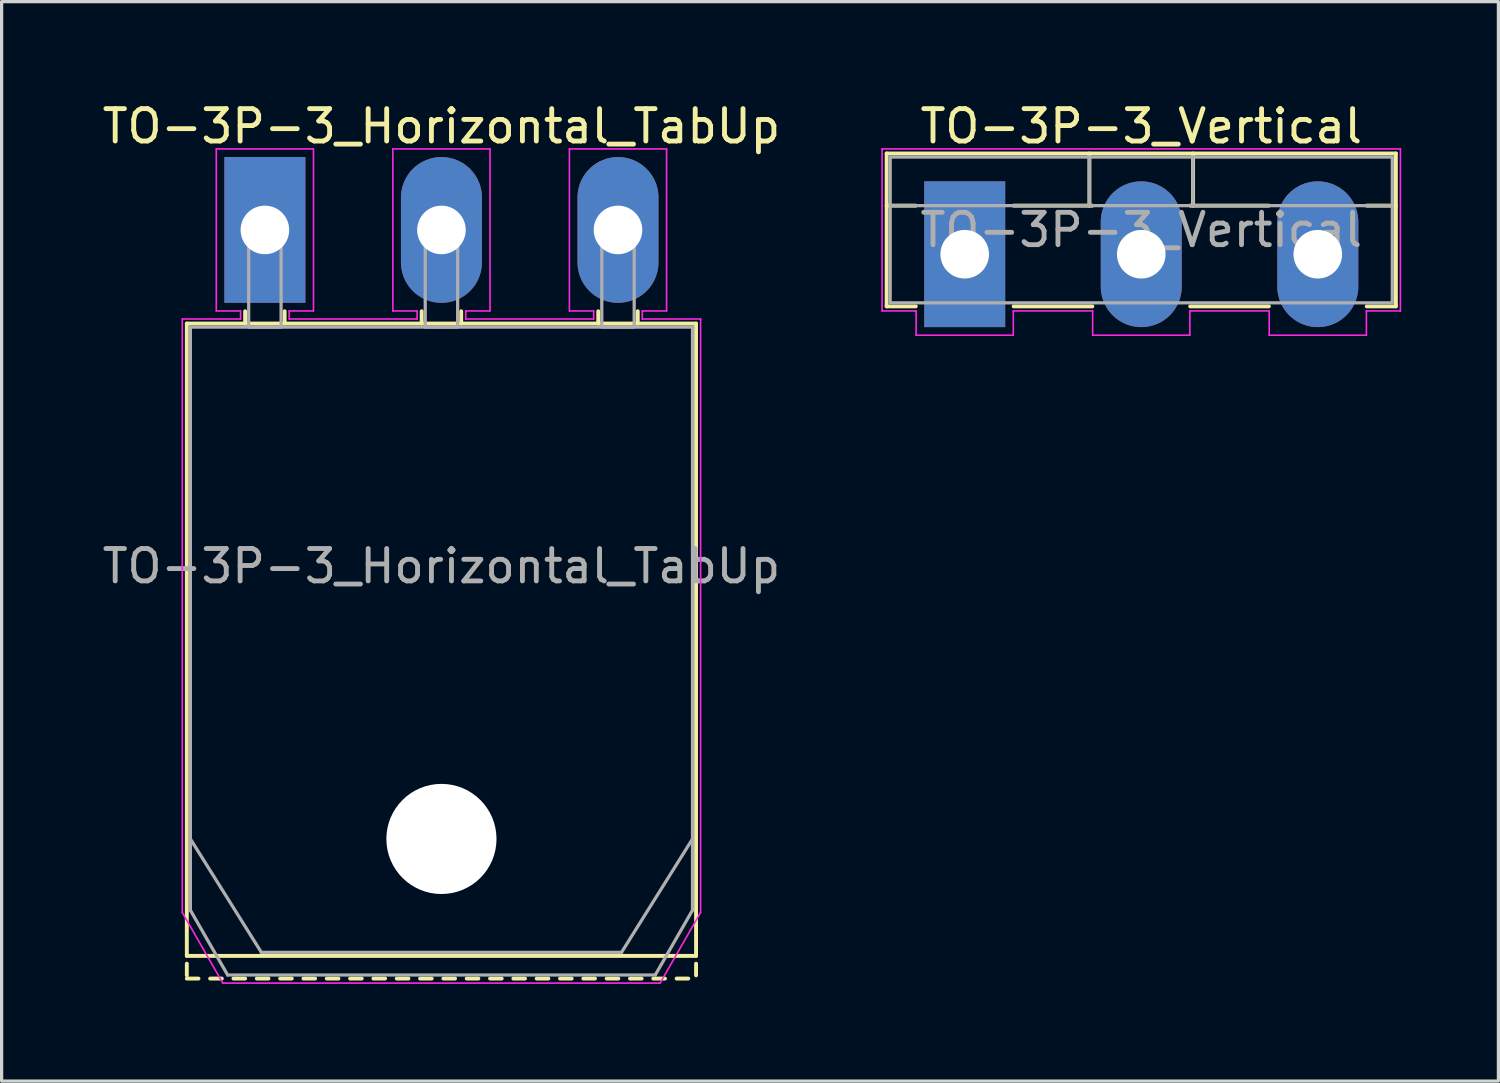
<source format=kicad_pcb>
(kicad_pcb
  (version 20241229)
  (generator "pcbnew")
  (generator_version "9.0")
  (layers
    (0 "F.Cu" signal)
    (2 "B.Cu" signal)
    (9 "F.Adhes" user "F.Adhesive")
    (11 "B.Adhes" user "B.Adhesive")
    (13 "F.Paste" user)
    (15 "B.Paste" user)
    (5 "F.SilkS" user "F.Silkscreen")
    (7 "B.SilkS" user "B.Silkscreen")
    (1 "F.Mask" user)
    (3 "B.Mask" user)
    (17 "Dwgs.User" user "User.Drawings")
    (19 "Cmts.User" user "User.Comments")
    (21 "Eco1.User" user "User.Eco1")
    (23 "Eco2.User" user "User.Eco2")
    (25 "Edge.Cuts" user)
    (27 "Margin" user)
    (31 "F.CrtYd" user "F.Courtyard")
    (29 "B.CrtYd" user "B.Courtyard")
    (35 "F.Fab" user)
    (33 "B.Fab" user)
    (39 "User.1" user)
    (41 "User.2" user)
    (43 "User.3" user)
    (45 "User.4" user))
  (footprint "TO-3P-3_Vertical"
    (layer "F.Cu")
    (at 26.73 4.798)
    (property "Reference" "TO-3P-3_Vertical" (at 5.45 -3.95 0) (layer "F.SilkS") (effects (font (size 1 1) (thickness 0.15))))
    (attr through_hole)
    (fp_line (start -2.41 -3.11) (end -2.41 1.61) (stroke (width 0.12) (type solid)) (layer "F.SilkS"))
    (fp_line (start -2.41 -3.11) (end 13.31 -3.11) (stroke (width 0.12) (type solid)) (layer "F.SilkS"))
    (fp_line (start -2.41 -1.5) (end -1.51 -1.5) (stroke (width 0.12) (type solid)) (layer "F.SilkS"))
    (fp_line (start -2.41 1.61) (end -1.51 1.61) (stroke (width 0.12) (type solid)) (layer "F.SilkS"))
    (fp_line (start 1.51 -1.5) (end 3.94 -1.5) (stroke (width 0.12) (type solid)) (layer "F.SilkS"))
    (fp_line (start 1.51 1.61) (end 3.94 1.61) (stroke (width 0.12) (type solid)) (layer "F.SilkS"))
    (fp_line (start 3.85 -3.11) (end 3.85 -1.5) (stroke (width 0.12) (type solid)) (layer "F.SilkS"))
    (fp_line (start 6.96 -1.5) (end 9.39 -1.5) (stroke (width 0.12) (type solid)) (layer "F.SilkS"))
    (fp_line (start 6.96 1.61) (end 9.39 1.61) (stroke (width 0.12) (type solid)) (layer "F.SilkS"))
    (fp_line (start 7.05 -3.11) (end 7.05 -1.5) (stroke (width 0.12) (type solid)) (layer "F.SilkS"))
    (fp_line (start 12.41 -1.5) (end 13.31 -1.5) (stroke (width 0.12) (type solid)) (layer "F.SilkS"))
    (fp_line (start 12.41 1.61) (end 13.31 1.61) (stroke (width 0.12) (type solid)) (layer "F.SilkS"))
    (fp_line (start 13.31 -3.11) (end 13.31 1.61) (stroke (width 0.12) (type solid)) (layer "F.SilkS"))
    (fp_line (start -2.55 -3.25) (end 13.45 -3.25) (stroke (width 0.05) (type solid)) (layer "F.CrtYd"))
    (fp_line (start -2.55 1.75) (end -2.55 -3.25) (stroke (width 0.05) (type solid)) (layer "F.CrtYd"))
    (fp_line (start -1.5 1.75) (end -2.55 1.75) (stroke (width 0.05) (type solid)) (layer "F.CrtYd"))
    (fp_line (start -1.5 2.5) (end -1.5 1.75) (stroke (width 0.05) (type solid)) (layer "F.CrtYd"))
    (fp_line (start 1.5 1.75) (end 1.5 2.5) (stroke (width 0.05) (type solid)) (layer "F.CrtYd"))
    (fp_line (start 1.5 2.5) (end -1.5 2.5) (stroke (width 0.05) (type solid)) (layer "F.CrtYd"))
    (fp_line (start 3.95 1.75) (end 1.5 1.75) (stroke (width 0.05) (type solid)) (layer "F.CrtYd"))
    (fp_line (start 3.95 2.5) (end 3.95 1.75) (stroke (width 0.05) (type solid)) (layer "F.CrtYd"))
    (fp_line (start 6.95 1.75) (end 6.95 2.5) (stroke (width 0.05) (type solid)) (layer "F.CrtYd"))
    (fp_line (start 6.95 2.5) (end 3.95 2.5) (stroke (width 0.05) (type solid)) (layer "F.CrtYd"))
    (fp_line (start 9.4 1.75) (end 6.95 1.75) (stroke (width 0.05) (type solid)) (layer "F.CrtYd"))
    (fp_line (start 9.4 2.5) (end 9.4 1.75) (stroke (width 0.05) (type solid)) (layer "F.CrtYd"))
    (fp_line (start 12.4 1.75) (end 12.4 2.5) (stroke (width 0.05) (type solid)) (layer "F.CrtYd"))
    (fp_line (start 12.4 2.5) (end 9.4 2.5) (stroke (width 0.05) (type solid)) (layer "F.CrtYd"))
    (fp_line (start 13.45 -3.25) (end 13.45 1.75) (stroke (width 0.05) (type solid)) (layer "F.CrtYd"))
    (fp_line (start 13.45 1.75) (end 12.4 1.75) (stroke (width 0.05) (type solid)) (layer "F.CrtYd"))
    (fp_line (start -2.3 -1.5) (end 13.2 -1.5) (stroke (width 0.1) (type solid)) (layer "F.Fab"))
    (fp_line (start 3.85 -3) (end 3.85 -1.5) (stroke (width 0.1) (type solid)) (layer "F.Fab"))
    (fp_line (start 7.05 -3) (end 7.05 -1.5) (stroke (width 0.1) (type solid)) (layer "F.Fab"))
    (fp_rect (start -2.3 -3) (end 13.2 1.5) (stroke (width 0.1) (type solid)) (fill no) (layer "F.Fab"))
    (fp_text user "${REFERENCE}" (at 5.45 -0.75 0) (layer "F.Fab") (effects (font (size 1 1) (thickness 0.15))))
    (pad "1" thru_hole rect (at 0 0) (size 2.5 4.5) (drill 1.5) (layers "*.Cu" "*.Mask"))
    (pad "2" thru_hole oval (at 5.45 0) (size 2.5 4.5) (drill 1.5) (layers "*.Cu" "*.Mask"))
    (pad "3" thru_hole oval (at 10.9 0) (size 2.5 4.5) (drill 1.5) (layers "*.Cu" "*.Mask")))
  (footprint "TO-3P-3_Horizontal_TabUp"
    (layer "F.Cu")
    (at 5.127 4.048)
    (property "Reference" "TO-3P-3_Horizontal_TabUp" (at 5.45 -3.2 0) (layer "F.SilkS") (effects (font (size 1 1) (thickness 0.15))))
    (attr through_hole)
    (fp_line (start -2.41 2.89) (end -2.41 22.41) (stroke (width 0.12) (type solid)) (layer "F.SilkS"))
    (fp_line (start -2.41 2.89) (end 13.31 2.89) (stroke (width 0.12) (type solid)) (layer "F.SilkS"))
    (fp_line (start -2.41 22.41) (end 13.31 22.41) (stroke (width 0.12) (type solid)) (layer "F.SilkS"))
    (fp_line (start -2.41 22.65) (end -2.41 23.01) (stroke (width 0.12) (type solid)) (layer "F.SilkS"))
    (fp_line (start -2.41 23.11) (end -2.05 23.11) (stroke (width 0.12) (type solid)) (layer "F.SilkS"))
    (fp_line (start -1.69 23.11) (end -1.33 23.11) (stroke (width 0.12) (type solid)) (layer "F.SilkS"))
    (fp_line (start -0.97 23.11) (end -0.61 23.11) (stroke (width 0.12) (type solid)) (layer "F.SilkS"))
    (fp_line (start -0.61 2.89) (end -0.61 2.51) (stroke (width 0.12) (type solid)) (layer "F.SilkS"))
    (fp_line (start -0.25 23.11) (end 0.11 23.11) (stroke (width 0.12) (type solid)) (layer "F.SilkS"))
    (fp_line (start 0.47 23.11) (end 0.83 23.11) (stroke (width 0.12) (type solid)) (layer "F.SilkS"))
    (fp_line (start 0.61 2.89) (end 0.61 2.51) (stroke (width 0.12) (type solid)) (layer "F.SilkS"))
    (fp_line (start 1.19 23.11) (end 1.55 23.11) (stroke (width 0.12) (type solid)) (layer "F.SilkS"))
    (fp_line (start 1.91 23.11) (end 2.27 23.11) (stroke (width 0.12) (type solid)) (layer "F.SilkS"))
    (fp_line (start 2.63 23.11) (end 2.99 23.11) (stroke (width 0.12) (type solid)) (layer "F.SilkS"))
    (fp_line (start 3.35 23.11) (end 3.71 23.11) (stroke (width 0.12) (type solid)) (layer "F.SilkS"))
    (fp_line (start 4.07 23.11) (end 4.43 23.11) (stroke (width 0.12) (type solid)) (layer "F.SilkS"))
    (fp_line (start 4.79 23.11) (end 5.15 23.11) (stroke (width 0.12) (type solid)) (layer "F.SilkS"))
    (fp_line (start 4.84 2.89) (end 4.84 2.51) (stroke (width 0.12) (type solid)) (layer "F.SilkS"))
    (fp_line (start 5.51 23.11) (end 5.87 23.11) (stroke (width 0.12) (type solid)) (layer "F.SilkS"))
    (fp_line (start 6.06 2.89) (end 6.06 2.51) (stroke (width 0.12) (type solid)) (layer "F.SilkS"))
    (fp_line (start 6.23 23.11) (end 6.59 23.11) (stroke (width 0.12) (type solid)) (layer "F.SilkS"))
    (fp_line (start 6.95 23.11) (end 7.31 23.11) (stroke (width 0.12) (type solid)) (layer "F.SilkS"))
    (fp_line (start 7.67 23.11) (end 8.03 23.11) (stroke (width 0.12) (type solid)) (layer "F.SilkS"))
    (fp_line (start 8.39 23.11) (end 8.75 23.11) (stroke (width 0.12) (type solid)) (layer "F.SilkS"))
    (fp_line (start 9.11 23.11) (end 9.47 23.11) (stroke (width 0.12) (type solid)) (layer "F.SilkS"))
    (fp_line (start 9.83 23.11) (end 10.19 23.11) (stroke (width 0.12) (type solid)) (layer "F.SilkS"))
    (fp_line (start 10.29 2.89) (end 10.29 2.51) (stroke (width 0.12) (type solid)) (layer "F.SilkS"))
    (fp_line (start 10.55 23.11) (end 10.91 23.11) (stroke (width 0.12) (type solid)) (layer "F.SilkS"))
    (fp_line (start 11.27 23.11) (end 11.63 23.11) (stroke (width 0.12) (type solid)) (layer "F.SilkS"))
    (fp_line (start 11.51 2.89) (end 11.51 2.51) (stroke (width 0.12) (type solid)) (layer "F.SilkS"))
    (fp_line (start 11.99 23.11) (end 12.35 23.11) (stroke (width 0.12) (type solid)) (layer "F.SilkS"))
    (fp_line (start 12.71 23.11) (end 13.07 23.11) (stroke (width 0.12) (type solid)) (layer "F.SilkS"))
    (fp_line (start 13.31 2.89) (end 13.31 22.41) (stroke (width 0.12) (type solid)) (layer "F.SilkS"))
    (fp_line (start 13.31 22.65) (end 13.31 23.01) (stroke (width 0.12) (type solid)) (layer "F.SilkS"))
    (fp_line (start -2.55 2.75) (end -0.75 2.75) (stroke (width 0.05) (type solid)) (layer "F.CrtYd"))
    (fp_line (start -2.55 21.07) (end -2.55 2.75) (stroke (width 0.05) (type solid)) (layer "F.CrtYd"))
    (fp_line (start -1.5 -2.5) (end 1.5 -2.5) (stroke (width 0.05) (type solid)) (layer "F.CrtYd"))
    (fp_line (start -1.5 2.5) (end -1.5 -2.5) (stroke (width 0.05) (type solid)) (layer "F.CrtYd"))
    (fp_line (start -1.3 23.25) (end -2.55 21.07) (stroke (width 0.05) (type solid)) (layer "F.CrtYd"))
    (fp_line (start -0.75 2.5) (end -1.5 2.5) (stroke (width 0.05) (type solid)) (layer "F.CrtYd"))
    (fp_line (start -0.75 2.75) (end -0.75 2.5) (stroke (width 0.05) (type solid)) (layer "F.CrtYd"))
    (fp_line (start 0.75 2.5) (end 0.75 2.75) (stroke (width 0.05) (type solid)) (layer "F.CrtYd"))
    (fp_line (start 0.75 2.75) (end 4.7 2.75) (stroke (width 0.05) (type solid)) (layer "F.CrtYd"))
    (fp_line (start 1.5 -2.5) (end 1.5 2.5) (stroke (width 0.05) (type solid)) (layer "F.CrtYd"))
    (fp_line (start 1.5 2.5) (end 0.75 2.5) (stroke (width 0.05) (type solid)) (layer "F.CrtYd"))
    (fp_line (start 3.95 -2.5) (end 6.95 -2.5) (stroke (width 0.05) (type solid)) (layer "F.CrtYd"))
    (fp_line (start 3.95 2.5) (end 3.95 -2.5) (stroke (width 0.05) (type solid)) (layer "F.CrtYd"))
    (fp_line (start 4.7 2.5) (end 3.95 2.5) (stroke (width 0.05) (type solid)) (layer "F.CrtYd"))
    (fp_line (start 4.7 2.75) (end 4.7 2.5) (stroke (width 0.05) (type solid)) (layer "F.CrtYd"))
    (fp_line (start 6.2 2.5) (end 6.2 2.75) (stroke (width 0.05) (type solid)) (layer "F.CrtYd"))
    (fp_line (start 6.2 2.75) (end 10.15 2.75) (stroke (width 0.05) (type solid)) (layer "F.CrtYd"))
    (fp_line (start 6.95 -2.5) (end 6.95 2.5) (stroke (width 0.05) (type solid)) (layer "F.CrtYd"))
    (fp_line (start 6.95 2.5) (end 6.2 2.5) (stroke (width 0.05) (type solid)) (layer "F.CrtYd"))
    (fp_line (start 9.4 -2.5) (end 12.4 -2.5) (stroke (width 0.05) (type solid)) (layer "F.CrtYd"))
    (fp_line (start 9.4 2.5) (end 9.4 -2.5) (stroke (width 0.05) (type solid)) (layer "F.CrtYd"))
    (fp_line (start 10.15 2.5) (end 9.4 2.5) (stroke (width 0.05) (type solid)) (layer "F.CrtYd"))
    (fp_line (start 10.15 2.75) (end 10.15 2.5) (stroke (width 0.05) (type solid)) (layer "F.CrtYd"))
    (fp_line (start 11.65 2.5) (end 11.65 2.75) (stroke (width 0.05) (type solid)) (layer "F.CrtYd"))
    (fp_line (start 11.65 2.75) (end 13.45 2.75) (stroke (width 0.05) (type solid)) (layer "F.CrtYd"))
    (fp_line (start 12.2 23.25) (end -1.3 23.25) (stroke (width 0.05) (type solid)) (layer "F.CrtYd"))
    (fp_line (start 12.4 -2.5) (end 12.4 2.5) (stroke (width 0.05) (type solid)) (layer "F.CrtYd"))
    (fp_line (start 12.4 2.5) (end 11.65 2.5) (stroke (width 0.05) (type solid)) (layer "F.CrtYd"))
    (fp_line (start 13.45 2.75) (end 13.45 21.07) (stroke (width 0.05) (type solid)) (layer "F.CrtYd"))
    (fp_line (start 13.45 21.07) (end 12.2 23.25) (stroke (width 0.05) (type solid)) (layer "F.CrtYd"))
    (fp_line (start -2.3 3) (end -2.3 18.8) (stroke (width 0.1) (type solid)) (layer "F.Fab"))
    (fp_line (start -2.3 18.8) (end -2.3 21) (stroke (width 0.1) (type solid)) (layer "F.Fab"))
    (fp_line (start -2.3 18.8) (end -0.11 22.3) (stroke (width 0.1) (type solid)) (layer "F.Fab"))
    (fp_line (start -2.3 21) (end -1.15 23) (stroke (width 0.1) (type solid)) (layer "F.Fab"))
    (fp_line (start -1.15 23) (end 12.05 23) (stroke (width 0.1) (type solid)) (layer "F.Fab"))
    (fp_line (start -0.11 22.3) (end 11.01 22.3) (stroke (width 0.1) (type solid)) (layer "F.Fab"))
    (fp_line (start 11.01 22.3) (end 13.2 18.8) (stroke (width 0.1) (type solid)) (layer "F.Fab"))
    (fp_line (start 12.05 23) (end 13.2 21) (stroke (width 0.1) (type solid)) (layer "F.Fab"))
    (fp_line (start 13.2 3) (end -2.3 3) (stroke (width 0.1) (type solid)) (layer "F.Fab"))
    (fp_line (start 13.2 18.8) (end 13.2 3) (stroke (width 0.1) (type solid)) (layer "F.Fab"))
    (fp_line (start 13.2 21) (end 13.2 18.8) (stroke (width 0.1) (type solid)) (layer "F.Fab"))
    (fp_rect (start -0.5 3) (end 0.5 0) (stroke (width 0.1) (type solid)) (fill no) (layer "F.Fab"))
    (fp_rect (start 4.95 3) (end 5.95 0) (stroke (width 0.1) (type solid)) (fill no) (layer "F.Fab"))
    (fp_rect (start 10.4 3) (end 11.4 0) (stroke (width 0.1) (type solid)) (fill no) (layer "F.Fab"))
    (fp_circle (center 5.45 18.8) (end 7.05 18.8) (stroke (width 0.1) (type solid)) (fill no) (layer "F.Fab"))
    (fp_text user "${REFERENCE}" (at 5.45 10.38 0) (layer "F.Fab") (effects (font (size 1 1) (thickness 0.15))))
    (pad "" np_thru_hole circle (at 5.45 18.8) (size 3.4 3.4) (drill 3.4) (layers "*.Cu" "*.Mask"))
    (pad "1" thru_hole rect (at 0 0) (size 2.5 4.5) (drill 1.5) (layers "*.Cu" "*.Mask"))
    (pad "2" thru_hole oval (at 5.45 0) (size 2.5 4.5) (drill 1.5) (layers "*.Cu" "*.Mask"))
    (pad "3" thru_hole oval (at 10.9 0) (size 2.5 4.5) (drill 1.5) (layers "*.Cu" "*.Mask")))
  (gr_rect
    (start -3 -3)
    (end 43.205 30.323)
    (stroke (width 0.1) (type default))
    (fill no)
    (layer "Edge.Cuts")))
</source>
